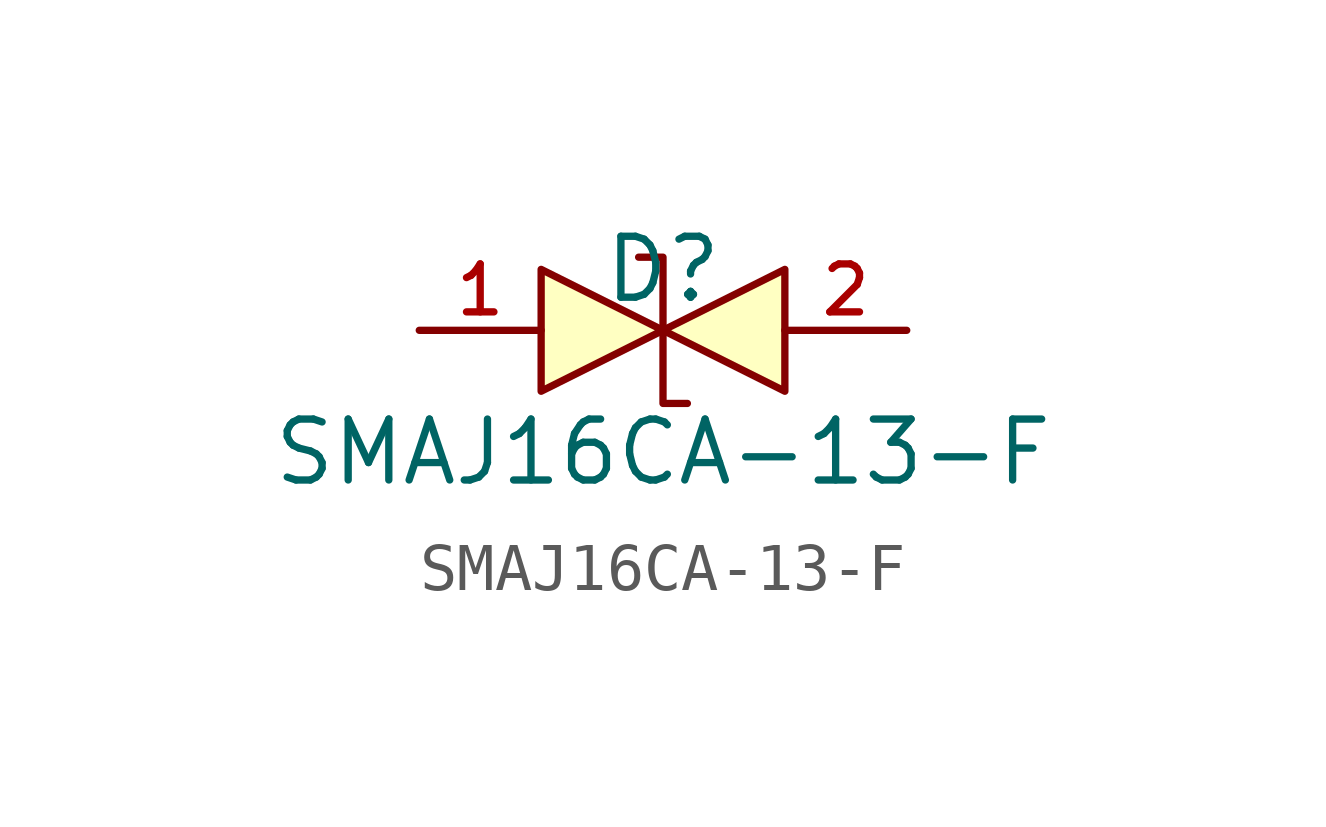
<source format=kicad_sym>
(kicad_symbol_lib
  (version 20210201)
  (generator TousstNicolas/JLC2KiCad_lib)
  (symbol "SMAJ16CA-13-F"
    (pin_names hide)
    (property "Reference" "D"
      (at 0 1.27 0)
      (effects (font (size 1.27 1.27))))
    (property "Value" "SMAJ16CA-13-F"
      (at 0 -2.54 0)
      (effects (font (size 1.27 1.27))))
    (symbol "SMAJ16CA-13-F_0_1"
      (pin unspecified line (at 5.08 -0.0 180) (length 2.54) (name "A" (effects (font (size 1 1)))) (number "2" (effects (font (size 1 1)))))
      (pin unspecified line (at -5.08 -0.0 0) (length 2.54) (name "K" (effects (font (size 1 1)))) (number "1" (effects (font (size 1 1)))))
      (polyline (pts (xy -2.54 1.27) (xy 0.0 -0.0) (xy -2.54 -1.27) (xy -2.54 1.27)) (stroke (width 0) (type default) (color 0 0 0 0)) (fill (type background)))
      (polyline (pts (xy 2.54 1.27) (xy 0.0 -0.0) (xy 2.54 -1.27) (xy 2.54 1.27)) (stroke (width 0) (type default) (color 0 0 0 0)) (fill (type background)))
      (polyline (pts (xy -0.508 1.524) (xy -0.508 1.524) (xy 0.0 1.524) (xy 0.0 -1.524) (xy 0.508 -1.524) (xy 0.508 -1.524)) (stroke (width 0) (type default) (color 0 0 0 0)) (fill (type none))))))
</source>
